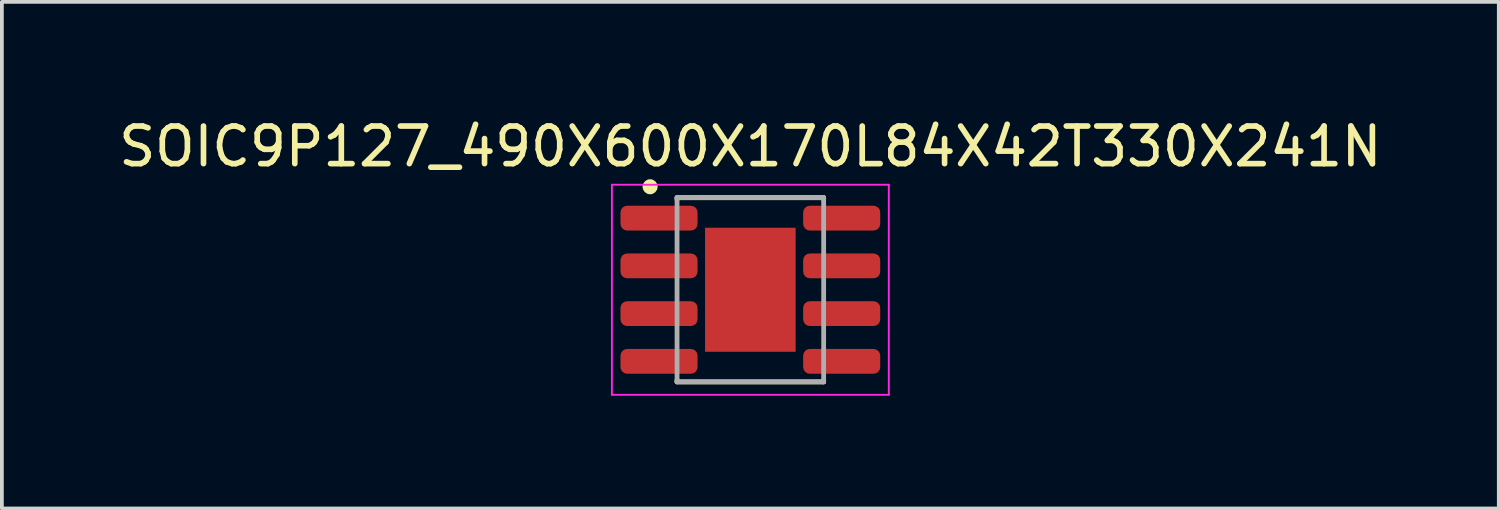
<source format=kicad_pcb>
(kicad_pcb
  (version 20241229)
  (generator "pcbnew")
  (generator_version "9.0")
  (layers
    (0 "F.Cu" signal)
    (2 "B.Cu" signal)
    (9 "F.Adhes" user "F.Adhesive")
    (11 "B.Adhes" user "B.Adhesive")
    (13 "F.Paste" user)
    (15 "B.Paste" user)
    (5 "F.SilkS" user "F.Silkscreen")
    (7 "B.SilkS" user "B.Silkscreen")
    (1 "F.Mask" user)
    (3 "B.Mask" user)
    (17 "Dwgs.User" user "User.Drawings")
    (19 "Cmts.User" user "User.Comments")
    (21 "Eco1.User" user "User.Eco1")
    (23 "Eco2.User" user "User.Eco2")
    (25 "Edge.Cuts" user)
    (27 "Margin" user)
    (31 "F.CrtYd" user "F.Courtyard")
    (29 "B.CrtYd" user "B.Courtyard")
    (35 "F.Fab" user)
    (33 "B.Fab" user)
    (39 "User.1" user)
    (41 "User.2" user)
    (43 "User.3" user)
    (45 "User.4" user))
  (footprint "SOIC9P127_490X600X170L84X42T330X241N"
    (layer "F.Cu")
    (at 16.911 4.658)
    (property "Reference" "SOIC9P127_490X600X170L84X42T330X241N" (at 0 -3.81 0) (layer "F.SilkS") (effects (font (size 1 1) (thickness 0.15))))
    (attr smd)
    (fp_line (start -1.95 -2.45) (end -1.95 -2.4) (stroke (width 0.127) (type solid)) (layer "F.SilkS"))
    (fp_line (start -1.95 -2.45) (end 1.95 -2.45) (stroke (width 0.127) (type solid)) (layer "F.SilkS"))
    (fp_line (start -1.95 2.4) (end -1.95 2.45) (stroke (width 0.127) (type solid)) (layer "F.SilkS"))
    (fp_line (start -1.95 2.45) (end 1.95 2.45) (stroke (width 0.127) (type solid)) (layer "F.SilkS"))
    (fp_line (start 1.95 -2.45) (end 1.95 -2.4) (stroke (width 0.127) (type solid)) (layer "F.SilkS"))
    (fp_line (start 1.95 2.4) (end 1.95 2.45) (stroke (width 0.127) (type solid)) (layer "F.SilkS"))
    (fp_circle (center -2.667 -2.74) (end -2.567 -2.74) (stroke (width 0.2) (type solid)) (fill no) (layer "F.SilkS"))
    (fp_poly (pts (xy -0.935 -1.375) (xy -0.135 -1.375) (xy -0.135 -0.135) (xy -0.935 -0.135)) (stroke (width 0.01) (type solid)) (fill yes) (layer "F.Paste"))
    (fp_poly (pts (xy -0.935 0.135) (xy -0.135 0.135) (xy -0.135 1.375) (xy -0.935 1.375)) (stroke (width 0.01) (type solid)) (fill yes) (layer "F.Paste"))
    (fp_poly (pts (xy 0.135 -1.375) (xy 0.935 -1.375) (xy 0.935 -0.135) (xy 0.135 -0.135)) (stroke (width 0.01) (type solid)) (fill yes) (layer "F.Paste"))
    (fp_poly (pts (xy 0.135 0.135) (xy 0.935 0.135) (xy 0.935 1.375) (xy 0.135 1.375)) (stroke (width 0.01) (type solid)) (fill yes) (layer "F.Paste"))
    (fp_line (start -3.683 -2.794) (end 3.683 -2.794) (stroke (width 0.05) (type solid)) (layer "F.CrtYd"))
    (fp_line (start -3.683 2.794) (end -3.683 -2.794) (stroke (width 0.05) (type solid)) (layer "F.CrtYd"))
    (fp_line (start 3.683 -2.794) (end 3.683 2.794) (stroke (width 0.05) (type solid)) (layer "F.CrtYd"))
    (fp_line (start 3.683 2.794) (end -3.683 2.794) (stroke (width 0.05) (type solid)) (layer "F.CrtYd"))
    (fp_line (start -1.95 -2.45) (end 1.95 -2.45) (stroke (width 0.127) (type solid)) (layer "F.Fab"))
    (fp_line (start -1.95 2.45) (end -1.95 -2.45) (stroke (width 0.127) (type solid)) (layer "F.Fab"))
    (fp_line (start 1.95 -2.45) (end 1.95 2.45) (stroke (width 0.127) (type solid)) (layer "F.Fab"))
    (fp_line (start 1.95 2.45) (end -1.95 2.45) (stroke (width 0.127) (type solid)) (layer "F.Fab"))
    (pad "1" smd roundrect (at -2.43 -1.905) (size 2.05 0.66) (layers "F.Cu" "F.Mask" "F.Paste") (roundrect_rratio 0.27))
    (pad "2" smd roundrect (at -2.43 -0.635) (size 2.05 0.66) (layers "F.Cu" "F.Mask" "F.Paste") (roundrect_rratio 0.27))
    (pad "3" smd roundrect (at -2.43 0.635) (size 2.05 0.66) (layers "F.Cu" "F.Mask" "F.Paste") (roundrect_rratio 0.27))
    (pad "4" smd roundrect (at -2.43 1.905) (size 2.05 0.66) (layers "F.Cu" "F.Mask" "F.Paste") (roundrect_rratio 0.27))
    (pad "5" smd roundrect (at 2.43 1.905) (size 2.05 0.66) (layers "F.Cu" "F.Mask" "F.Paste") (roundrect_rratio 0.27))
    (pad "6" smd roundrect (at 2.43 0.635) (size 2.05 0.66) (layers "F.Cu" "F.Mask" "F.Paste") (roundrect_rratio 0.27))
    (pad "7" smd roundrect (at 2.43 -0.635) (size 2.05 0.66) (layers "F.Cu" "F.Mask" "F.Paste") (roundrect_rratio 0.27))
    (pad "8" smd roundrect (at 2.43 -1.905) (size 2.05 0.66) (layers "F.Cu" "F.Mask" "F.Paste") (roundrect_rratio 0.27))
    (pad "9" smd rect (at 0 0) (size 2.41 3.3) (layers "F.Cu" "F.Mask")))
  (gr_rect
    (start -3 -3)
    (end 36.821 10.477)
    (stroke (width 0.1) (type default))
    (fill no)
    (layer "Edge.Cuts")))
</source>
